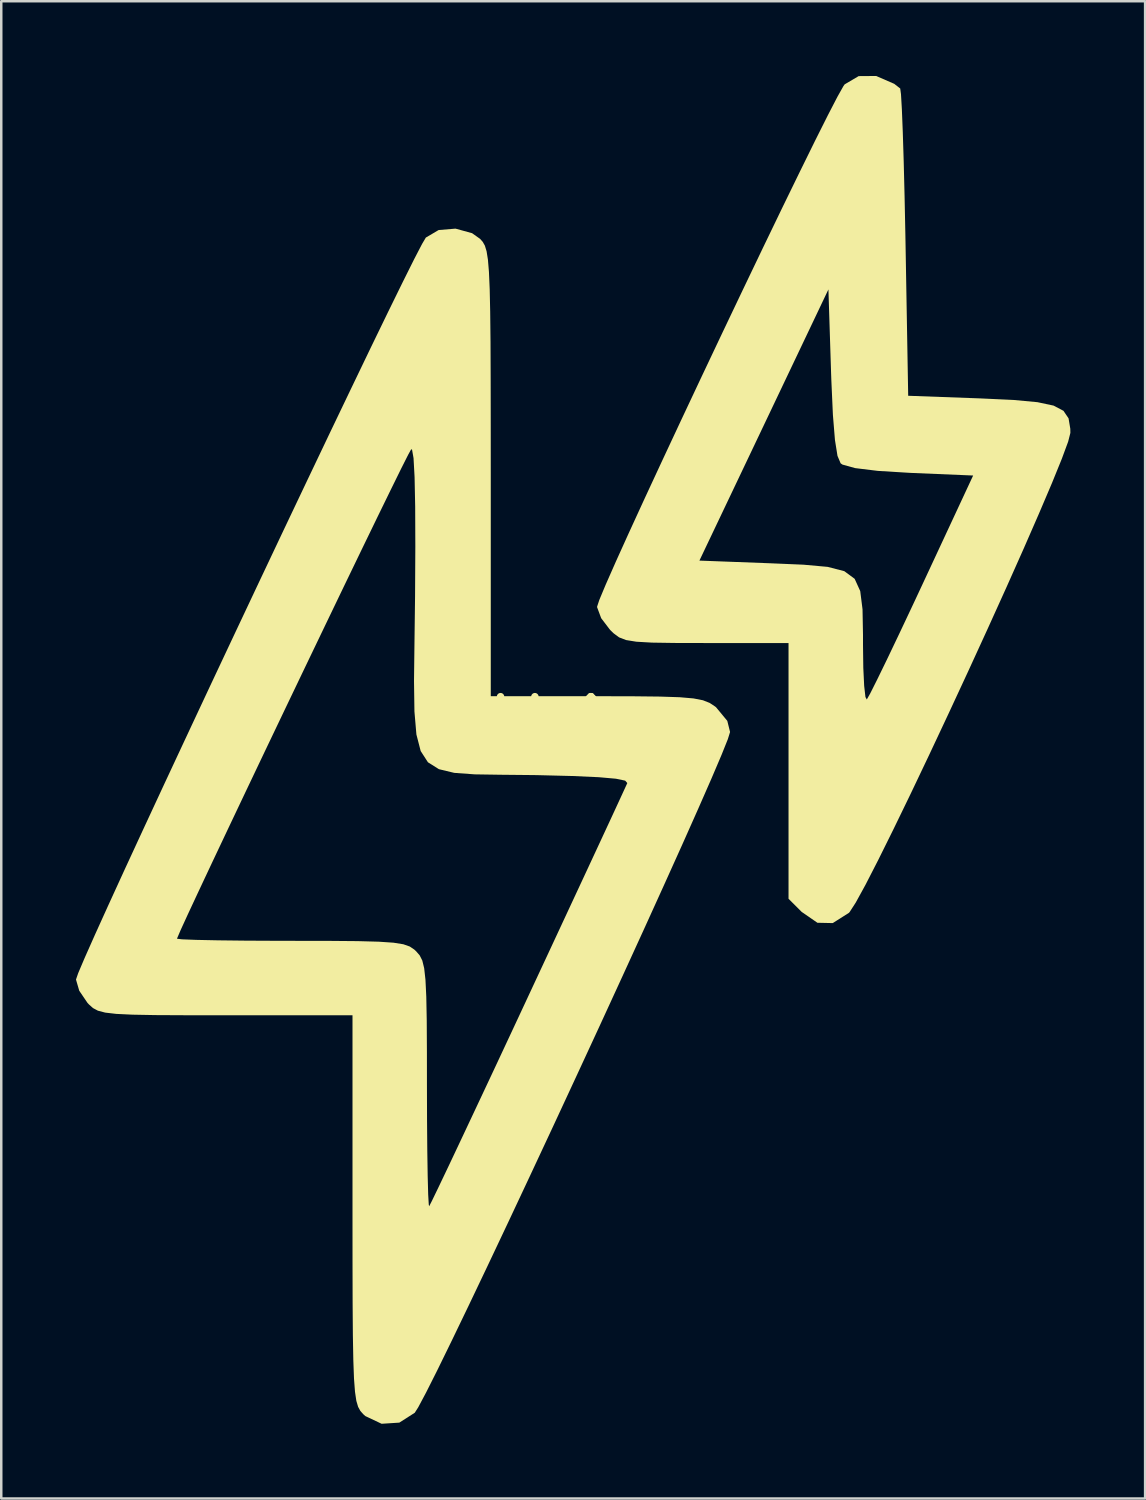
<source format=kicad_pcb>
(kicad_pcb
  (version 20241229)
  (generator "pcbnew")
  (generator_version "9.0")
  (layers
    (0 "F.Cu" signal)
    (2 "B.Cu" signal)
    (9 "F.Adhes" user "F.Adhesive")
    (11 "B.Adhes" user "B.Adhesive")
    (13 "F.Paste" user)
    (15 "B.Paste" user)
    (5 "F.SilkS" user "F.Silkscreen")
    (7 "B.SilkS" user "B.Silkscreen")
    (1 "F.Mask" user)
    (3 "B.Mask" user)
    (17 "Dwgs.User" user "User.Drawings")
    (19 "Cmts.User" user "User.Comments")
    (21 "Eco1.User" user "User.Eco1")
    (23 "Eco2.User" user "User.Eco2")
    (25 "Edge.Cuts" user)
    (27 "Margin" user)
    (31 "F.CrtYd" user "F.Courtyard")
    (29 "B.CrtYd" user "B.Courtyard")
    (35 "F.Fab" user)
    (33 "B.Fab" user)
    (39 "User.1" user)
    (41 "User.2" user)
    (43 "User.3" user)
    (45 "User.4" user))
  (footprint "lightning"
    (layer "F.Cu")
    (at 18.783 25.749)
    (property "Reference" "lightning" (at 0 0 0) (layer "F.SilkS") (effects (font (size 1.524 1.524) (thickness 0.3))))
    (attr board_only exclude_from_pos_files exclude_from_bom)
    (fp_poly (pts (xy 14.061 -25.434) (xy 14.301 -25.247) (xy 14.332 -25.017) (xy 14.367 -24.415) (xy 14.404 -23.495) (xy 14.441 -22.312) (xy 14.476 -20.92) (xy 14.508 -19.373) (xy 14.514 -19.033) (xy 14.621 -12.913) (xy 17.524 -12.807) (xy 18.851 -12.745) (xy 19.809 -12.656) (xy 20.458 -12.518) (xy 20.854 -12.309) (xy 21.058 -12.007) (xy 21.128 -11.587) (xy 21.131 -11.423) (xy 21.041 -11.07) (xy 20.787 -10.382) (xy 20.39 -9.405) (xy 19.872 -8.188) (xy 19.256 -6.777) (xy 18.563 -5.222) (xy 17.815 -3.569) (xy 17.035 -1.867) (xy 16.244 -0.162) (xy 15.465 1.497) (xy 14.72 3.062) (xy 14.03 4.485) (xy 13.418 5.72) (xy 12.906 6.718) (xy 12.515 7.431) (xy 12.268 7.813) (xy 12.238 7.844) (xy 11.593 8.253) (xy 10.977 8.24) (xy 10.348 7.806) (xy 10.342 7.8) (xy 9.818 7.277) (xy 9.818 -2.988) (xy 6.5 -2.988) (xy 5.241 -2.991) (xy 4.335 -3.005) (xy 3.711 -3.041) (xy 3.296 -3.108) (xy 3.016 -3.216) (xy 2.8 -3.376) (xy 2.658 -3.512) (xy 2.298 -3.985) (xy 2.135 -4.423) (xy 2.134 -4.448) (xy 2.224 -4.721) (xy 2.48 -5.334) (xy 2.881 -6.243) (xy 2.905 -6.297) (xy 6.241 -6.297) (xy 9.076 -6.19) (xy 10.417 -6.133) (xy 11.391 -6.045) (xy 12.056 -5.873) (xy 12.472 -5.566) (xy 12.696 -5.073) (xy 12.788 -4.342) (xy 12.807 -3.321) (xy 12.807 -2.92) (xy 12.819 -1.995) (xy 12.854 -1.269) (xy 12.905 -0.822) (xy 12.959 -0.722) (xy 13.09 -0.952) (xy 13.372 -1.513) (xy 13.778 -2.347) (xy 14.28 -3.399) (xy 14.851 -4.61) (xy 15.17 -5.293) (xy 17.228 -9.712) (xy 14.707 -9.818) (xy 13.402 -9.898) (xy 12.489 -10.01) (xy 11.983 -10.151) (xy 11.909 -10.202) (xy 11.783 -10.501) (xy 11.681 -11.14) (xy 11.599 -12.146) (xy 11.536 -13.546) (xy 11.526 -13.83) (xy 11.419 -17.182) (xy 8.83 -11.739) (xy 6.241 -6.297) (xy 2.905 -6.297) (xy 3.406 -7.404) (xy 4.034 -8.772) (xy 4.745 -10.304) (xy 5.517 -11.955) (xy 6.329 -13.681) (xy 7.161 -15.439) (xy 7.992 -17.184) (xy 8.801 -18.873) (xy 9.567 -20.461) (xy 10.27 -21.903) (xy 10.887 -23.157) (xy 11.399 -24.178) (xy 11.784 -24.921) (xy 12.022 -25.344) (xy 12.071 -25.413) (xy 12.633 -25.744) (xy 13.337 -25.749)) (stroke (width 0) (type solid)) (fill yes) (layer "F.SilkS"))
    (fp_poly (pts (xy -2.884 -19.439) (xy -2.561 -19.21) (xy -2.457 -19.092) (xy -2.371 -18.94) (xy -2.302 -18.714) (xy -2.248 -18.375) (xy -2.207 -17.882) (xy -2.177 -17.195) (xy -2.157 -16.275) (xy -2.144 -15.082) (xy -2.138 -13.575) (xy -2.135 -11.716) (xy -2.134 -9.818) (xy -2.134 -0.854) (xy 2.106 -0.854) (xy 3.563 -0.851) (xy 4.656 -0.839) (xy 5.448 -0.813) (xy 6.003 -0.765) (xy 6.383 -0.691) (xy 6.651 -0.585) (xy 6.871 -0.44) (xy 6.908 -0.411) (xy 7.36 0.136) (xy 7.471 0.583) (xy 7.382 0.87) (xy 7.128 1.504) (xy 6.727 2.445) (xy 6.196 3.656) (xy 5.555 5.096) (xy 4.819 6.729) (xy 4.009 8.513) (xy 3.141 10.411) (xy 2.234 12.385) (xy 1.305 14.394) (xy 0.374 16.4) (xy -0.544 18.365) (xy -1.428 20.249) (xy -2.262 22.013) (xy -3.028 23.62) (xy -3.707 25.029) (xy -4.281 26.203) (xy -4.733 27.101) (xy -5.045 27.687) (xy -5.185 27.908) (xy -5.804 28.304) (xy -6.516 28.35) (xy -7.171 28.04) (xy -7.257 27.961) (xy -7.368 27.835) (xy -7.458 27.672) (xy -7.53 27.429) (xy -7.584 27.064) (xy -7.624 26.533) (xy -7.651 25.794) (xy -7.669 24.802) (xy -7.679 23.516) (xy -7.683 21.891) (xy -7.684 19.886) (xy -7.684 19.744) (xy -7.684 11.953) (xy -12.77 11.953) (xy -14.371 11.952) (xy -15.6 11.946) (xy -16.513 11.929) (xy -17.164 11.898) (xy -17.61 11.846) (xy -17.904 11.769) (xy -18.102 11.663) (xy -18.259 11.522) (xy -18.319 11.459) (xy -18.652 10.969) (xy -18.783 10.519) (xy -18.694 10.261) (xy -18.437 9.656) (xy -18.093 8.881) (xy -14.728 8.881) (xy -14.525 8.905) (xy -13.956 8.927) (xy -13.084 8.945) (xy -11.97 8.958) (xy -10.676 8.964) (xy -10.139 8.965) (xy -8.619 8.967) (xy -7.467 8.977) (xy -6.627 9) (xy -6.038 9.04) (xy -5.643 9.103) (xy -5.384 9.194) (xy -5.202 9.317) (xy -5.123 9.392) (xy -4.986 9.551) (xy -4.882 9.756) (xy -4.807 10.064) (xy -4.755 10.531) (xy -4.722 11.211) (xy -4.704 12.16) (xy -4.697 13.435) (xy -4.696 14.763) (xy -4.692 16.159) (xy -4.682 17.394) (xy -4.666 18.411) (xy -4.646 19.152) (xy -4.622 19.559) (xy -4.607 19.619) (xy -4.501 19.413) (xy -4.234 18.86) (xy -3.824 18) (xy -3.292 16.873) (xy -2.655 15.519) (xy -1.932 13.979) (xy -1.143 12.291) (xy -0.637 11.206) (xy 0.185 9.442) (xy 0.952 7.794) (xy 1.646 6.304) (xy 2.247 5.011) (xy 2.736 3.957) (xy 3.093 3.184) (xy 3.301 2.732) (xy 3.346 2.632) (xy 3.26 2.535) (xy 2.889 2.458) (xy 2.2 2.397) (xy 1.157 2.35) (xy -0.275 2.314) (xy -0.405 2.312) (xy -1.723 2.299) (xy -2.778 2.283) (xy -3.6 2.223) (xy -4.216 2.075) (xy -4.656 1.798) (xy -4.947 1.347) (xy -5.119 0.682) (xy -5.198 -0.243) (xy -5.215 -1.468) (xy -5.196 -3.036) (xy -5.173 -4.856) (xy -5.162 -6.867) (xy -5.168 -8.466) (xy -5.192 -9.648) (xy -5.234 -10.411) (xy -5.294 -10.752) (xy -5.329 -10.765) (xy -5.449 -10.547) (xy -5.73 -9.99) (xy -6.15 -9.136) (xy -6.689 -8.032) (xy -7.324 -6.722) (xy -8.035 -5.249) (xy -8.799 -3.66) (xy -9.596 -1.999) (xy -10.405 -0.309) (xy -11.204 1.364) (xy -11.971 2.976) (xy -12.685 4.481) (xy -13.326 5.837) (xy -13.871 6.997) (xy -14.3 7.917) (xy -14.591 8.553) (xy -14.722 8.861) (xy -14.728 8.881) (xy -18.093 8.881) (xy -18.03 8.739) (xy -17.49 7.547) (xy -16.835 6.116) (xy -16.081 4.484) (xy -15.247 2.688) (xy -14.348 0.762) (xy -13.404 -1.255) (xy -12.43 -3.326) (xy -11.444 -5.417) (xy -10.464 -7.489) (xy -9.506 -9.506) (xy -8.589 -11.431) (xy -7.728 -13.228) (xy -6.943 -14.861) (xy -6.249 -16.291) (xy -5.664 -17.484) (xy -5.206 -18.402) (xy -4.891 -19.008) (xy -4.74 -19.263) (xy -4.228 -19.565) (xy -3.549 -19.622)) (stroke (width 0) (type solid)) (fill yes) (layer "F.SilkS")))
  (gr_rect
    (start -3 -3)
    (end 42.914 57.098)
    (stroke (width 0.1) (type default))
    (fill no)
    (layer "Edge.Cuts")))
</source>
